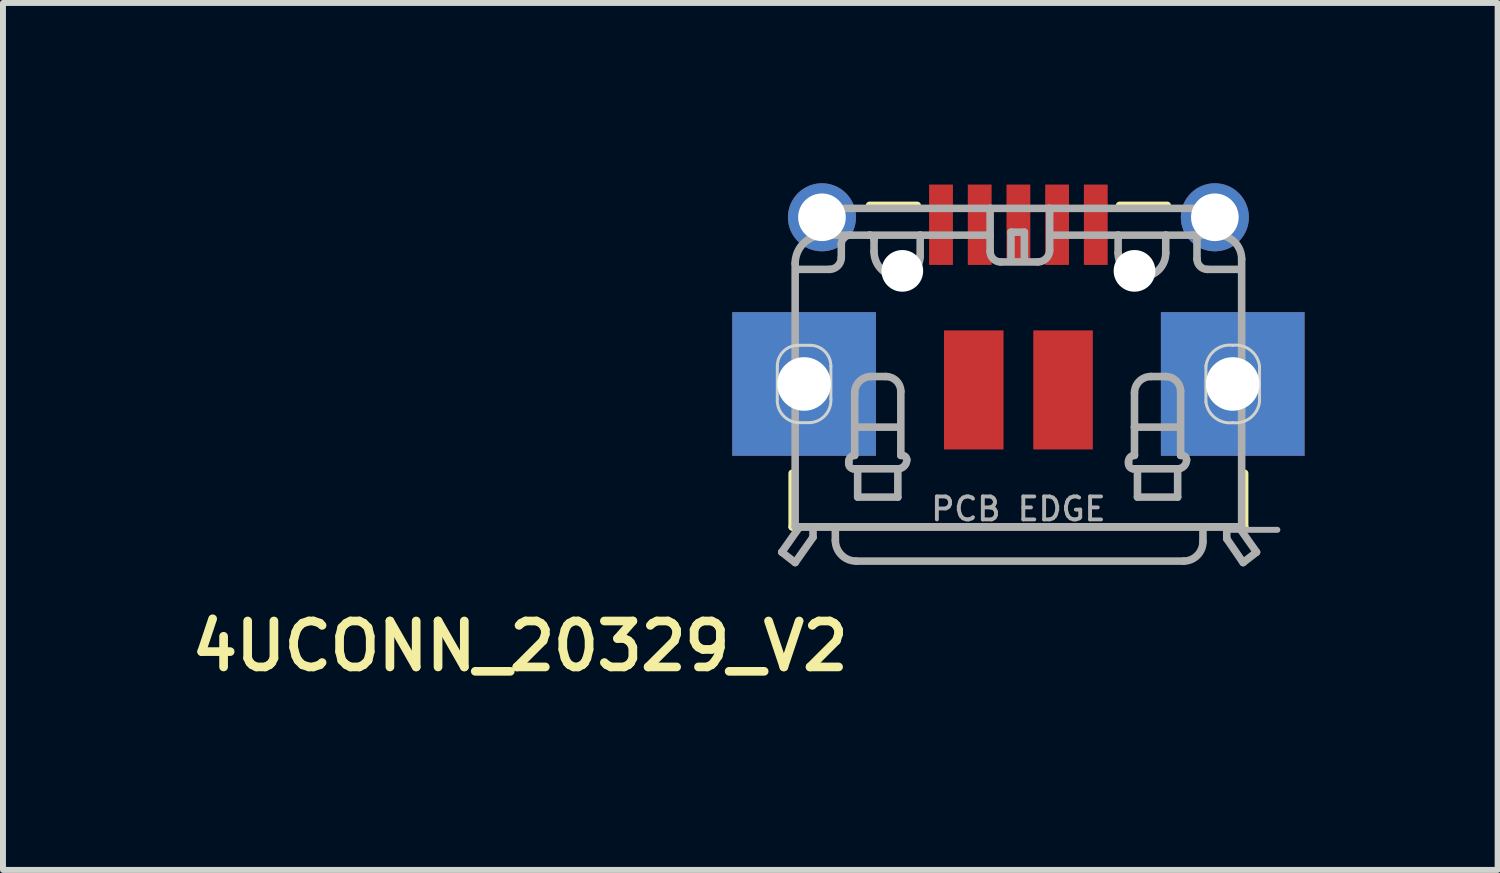
<source format=kicad_pcb>
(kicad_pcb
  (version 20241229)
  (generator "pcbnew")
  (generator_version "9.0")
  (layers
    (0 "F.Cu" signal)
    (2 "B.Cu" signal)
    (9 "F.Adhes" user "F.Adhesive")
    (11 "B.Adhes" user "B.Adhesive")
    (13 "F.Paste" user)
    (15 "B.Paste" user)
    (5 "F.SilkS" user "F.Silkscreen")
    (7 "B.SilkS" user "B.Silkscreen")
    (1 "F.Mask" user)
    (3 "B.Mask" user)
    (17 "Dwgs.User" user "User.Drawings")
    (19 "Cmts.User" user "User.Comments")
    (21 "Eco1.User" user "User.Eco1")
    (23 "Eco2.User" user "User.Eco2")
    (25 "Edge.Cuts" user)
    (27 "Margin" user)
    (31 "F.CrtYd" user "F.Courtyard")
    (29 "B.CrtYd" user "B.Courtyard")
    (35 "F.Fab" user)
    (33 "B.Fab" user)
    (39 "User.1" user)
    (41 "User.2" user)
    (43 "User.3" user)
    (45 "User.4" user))
  (footprint "4UCONN_20329_V2"
    (layer "F.Cu")
    (at 14.057 1.5)
    (property "Reference" "4UCONN_20329_V2" (at -2.778 5.852 0) (layer "F.SilkS") (effects (font (size 0.772 0.772) (thickness 0.146)) (justify right top)))
    (attr through_hole)
    (fp_poly (pts (xy -1.55 -0.05) (xy -1.05 -0.05) (xy -1.05 -1.5) (xy -1.55 -1.5)) (stroke (width 0) (type solid)) (fill yes) (layer "F.Mask"))
    (fp_poly (pts (xy -0.9 -0.05) (xy -0.4 -0.05) (xy -0.4 -1.5) (xy -0.9 -1.5)) (stroke (width 0) (type solid)) (fill yes) (layer "F.Mask"))
    (fp_poly (pts (xy -0.25 -0.05) (xy 0.25 -0.05) (xy 0.25 -1.5) (xy -0.25 -1.5)) (stroke (width 0) (type solid)) (fill yes) (layer "F.Mask"))
    (fp_poly (pts (xy 0.4 -0.05) (xy 0.9 -0.05) (xy 0.9 -1.5) (xy 0.4 -1.5)) (stroke (width 0) (type solid)) (fill yes) (layer "F.Mask"))
    (fp_poly (pts (xy 1.05 -0.05) (xy 1.55 -0.05) (xy 1.55 -1.5) (xy 1.05 -1.5)) (stroke (width 0) (type solid)) (fill yes) (layer "F.Mask"))
    (fp_line (start -3.8 3.4) (end -3.8 4.3) (stroke (width 0.127) (type solid)) (layer "F.SilkS"))
    (fp_line (start -3.8 4.3) (end 3.8 4.3) (stroke (width 0.127) (type solid)) (layer "F.SilkS"))
    (fp_line (start -2.5 -1.1) (end -1.7 -1.1) (stroke (width 0.127) (type solid)) (layer "F.SilkS"))
    (fp_line (start 1.7 -1.1) (end 2.5 -1.1) (stroke (width 0.127) (type solid)) (layer "F.SilkS"))
    (fp_line (start 3.8 4.3) (end 3.8 3.4) (stroke (width 0.127) (type solid)) (layer "F.SilkS"))
    (fp_poly (pts (xy -4.85 3.15) (xy -2.35 3.15) (xy -2.35 0.65) (xy -4.85 0.65)) (stroke (width 0) (type solid)) (fill yes) (layer "F.Paste"))
    (fp_poly (pts (xy -1.45 -0.15) (xy -1.15 -0.15) (xy -1.15 -1.4) (xy -1.45 -1.4)) (stroke (width 0) (type solid)) (fill yes) (layer "F.Paste"))
    (fp_poly (pts (xy -0.8 -0.15) (xy -0.5 -0.15) (xy -0.5 -1.4) (xy -0.8 -1.4)) (stroke (width 0) (type solid)) (fill yes) (layer "F.Paste"))
    (fp_poly (pts (xy -0.15 -0.15) (xy 0.15 -0.15) (xy 0.15 -1.4) (xy -0.15 -1.4)) (stroke (width 0) (type solid)) (fill yes) (layer "F.Paste"))
    (fp_poly (pts (xy 0.5 -0.15) (xy 0.8 -0.15) (xy 0.8 -1.4) (xy 0.5 -1.4)) (stroke (width 0) (type solid)) (fill yes) (layer "F.Paste"))
    (fp_poly (pts (xy 1.15 -0.15) (xy 1.45 -0.15) (xy 1.45 -1.4) (xy 1.15 -1.4)) (stroke (width 0) (type solid)) (fill yes) (layer "F.Paste"))
    (fp_poly (pts (xy 2.35 3.15) (xy 4.85 3.15) (xy 4.85 0.65) (xy 2.35 0.65)) (stroke (width 0) (type solid)) (fill yes) (layer "F.Paste"))
    (fp_poly (pts (xy -5.05 -0.9) (xy -5.014 -0.724) (xy -4.925 -0.567) (xy -4.793 -0.445) (xy -4.45 -0.35) (xy -3.35 -0.35) (xy -3.171 -0.37) (xy -3.007 -0.445) (xy -2.875 -0.567) (xy -2.786 -0.724) (xy -2.75 -0.9) (xy -2.786 -1.076) (xy -2.875 -1.233) (xy -3.007 -1.355) (xy -3.35 -1.45) (xy -4.45 -1.45) (xy -4.629 -1.43) (xy -4.793 -1.355) (xy -4.925 -1.233)) (stroke (width 0) (type solid)) (fill yes) (layer "F.Paste"))
    (fp_poly (pts (xy 2.75 -0.9) (xy 2.786 -0.724) (xy 2.875 -0.567) (xy 3.007 -0.445) (xy 3.35 -0.35) (xy 4.45 -0.35) (xy 4.629 -0.37) (xy 4.793 -0.445) (xy 4.925 -0.567) (xy 5.014 -0.724) (xy 5.05 -0.9) (xy 5.014 -1.076) (xy 4.925 -1.233) (xy 4.793 -1.355) (xy 4.45 -1.45) (xy 3.35 -1.45) (xy 3.171 -1.43) (xy 3.007 -1.355) (xy 2.875 -1.233)) (stroke (width 0) (type solid)) (fill yes) (layer "F.Paste"))
    (fp_line (start -4.05 2.15) (end -4.05 1.6) (stroke (width 0.05) (type solid)) (layer "Edge.Cuts"))
    (fp_line (start -3.7 1.25) (end -3.5 1.25) (stroke (width 0.05) (type solid)) (layer "Edge.Cuts"))
    (fp_line (start -3.5 2.55) (end -3.7 2.55) (stroke (width 0.05) (type solid)) (layer "Edge.Cuts"))
    (fp_line (start -3.15 1.6) (end -3.15 2.15) (stroke (width 0.05) (type solid)) (layer "Edge.Cuts"))
    (fp_line (start 3.15 2.2) (end 3.15 1.6) (stroke (width 0.05) (type solid)) (layer "Edge.Cuts"))
    (fp_line (start 4.05 1.6) (end 4.05 2.2) (stroke (width 0.05) (type solid)) (layer "Edge.Cuts"))
    (fp_arc (start -4.05 1.6) (mid -3.947487 1.352513) (end -3.7 1.25) (stroke (width 0.05) (type solid)) (layer "Edge.Cuts"))
    (fp_arc (start -3.7 2.55) (mid -3.957843 2.422487) (end -4.05 2.15) (stroke (width 0.05) (type solid)) (layer "Edge.Cuts"))
    (fp_arc (start -3.5 1.25) (mid -3.252513 1.352513) (end -3.15 1.6) (stroke (width 0.05) (type solid)) (layer "Edge.Cuts"))
    (fp_arc (start -3.15 2.15) (mid -3.242157 2.422487) (end -3.5 2.55) (stroke (width 0.05) (type solid)) (layer "Edge.Cuts"))
    (fp_arc (start 3.15 1.6) (mid 3.302513 1.331802) (end 3.6 1.25) (stroke (width 0.05) (type solid)) (layer "Edge.Cuts"))
    (fp_arc (start 3.6 1.25) (mid 3.897487 1.331802) (end 4.05 1.6) (stroke (width 0.05) (type solid)) (layer "Edge.Cuts"))
    (fp_arc (start 3.6 2.55) (mid 3.302513 2.468198) (end 3.15 2.2) (stroke (width 0.05) (type solid)) (layer "Edge.Cuts"))
    (fp_arc (start 4.05 2.2) (mid 3.897487 2.468198) (end 3.6 2.55) (stroke (width 0.05) (type solid)) (layer "Edge.Cuts"))
    (fp_line (start -3.975 4.725) (end -3.75 4.9) (stroke (width 0.127) (type solid)) (layer "F.Fab"))
    (fp_line (start -3.975 4.725) (end -3.675 4.3) (stroke (width 0.127) (type solid)) (layer "F.Fab"))
    (fp_line (start -3.75 -0.125) (end -3.75 4.3) (stroke (width 0.127) (type solid)) (layer "F.Fab"))
    (fp_line (start -3.75 4.3) (end -3.675 4.3) (stroke (width 0.127) (type solid)) (layer "F.Fab"))
    (fp_line (start -3.75 4.9) (end -3.45 4.475) (stroke (width 0.127) (type solid)) (layer "F.Fab"))
    (fp_line (start -3.725 -0.025) (end -3.175 -0.025) (stroke (width 0.127) (type solid)) (layer "F.Fab"))
    (fp_line (start -3.675 4.3) (end -3.45 4.3) (stroke (width 0.127) (type solid)) (layer "F.Fab"))
    (fp_line (start -3.575 -1.05) (end -0.475 -1.05) (stroke (width 0.127) (type solid)) (layer "F.Fab"))
    (fp_line (start -3.575 -0.75) (end -3.575 -1.05) (stroke (width 0.127) (type solid)) (layer "F.Fab"))
    (fp_line (start -3.45 4.3) (end -3.075 4.3) (stroke (width 0.127) (type solid)) (layer "F.Fab"))
    (fp_line (start -3.45 4.475) (end -3.45 4.3) (stroke (width 0.127) (type solid)) (layer "F.Fab"))
    (fp_line (start -3.425 -0.75) (end -3.575 -0.75) (stroke (width 0.127) (type solid)) (layer "F.Fab"))
    (fp_line (start -3.425 -0.625) (end -3.425 -0.75) (stroke (width 0.127) (type solid)) (layer "F.Fab"))
    (fp_line (start -3.075 4.3) (end -3.075 4.525) (stroke (width 0.127) (type solid)) (layer "F.Fab"))
    (fp_line (start -3.075 4.3) (end 3.1 4.3) (stroke (width 0.127) (type solid)) (layer "F.Fab"))
    (fp_line (start -2.975 -0.225) (end -2.975 -0.45) (stroke (width 0.127) (type solid)) (layer "F.Fab"))
    (fp_line (start -2.85 3.225) (end -2.85 3.2) (stroke (width 0.127) (type solid)) (layer "F.Fab"))
    (fp_line (start -2.825 -0.6) (end -3.275 -0.6) (stroke (width 0.127) (type solid)) (layer "F.Fab"))
    (fp_line (start -2.825 -0.6) (end -2.5 -0.6) (stroke (width 0.127) (type solid)) (layer "F.Fab"))
    (fp_line (start -2.75 2.625) (end -2.75 2.05) (stroke (width 0.127) (type solid)) (layer "F.Fab"))
    (fp_line (start -2.75 2.625) (end -2 2.625) (stroke (width 0.127) (type solid)) (layer "F.Fab"))
    (fp_line (start -2.75 3.1) (end -2.75 2.625) (stroke (width 0.127) (type solid)) (layer "F.Fab"))
    (fp_line (start -2.725 4.875) (end 2.775 4.875) (stroke (width 0.127) (type solid)) (layer "F.Fab"))
    (fp_line (start -2.7 3.325) (end -2.775 3.325) (stroke (width 0.127) (type solid)) (layer "F.Fab"))
    (fp_line (start -2.7 3.325) (end -2 3.325) (stroke (width 0.127) (type solid)) (layer "F.Fab"))
    (fp_line (start -2.7 3.8) (end -2.7 3.325) (stroke (width 0.127) (type solid)) (layer "F.Fab"))
    (fp_line (start -2.475 1.775) (end -2.225 1.775) (stroke (width 0.127) (type solid)) (layer "F.Fab"))
    (fp_line (start -2.425 -0.525) (end -2.425 -0.325) (stroke (width 0.127) (type solid)) (layer "F.Fab"))
    (fp_line (start -2.025 3.325) (end -2.025 3.8) (stroke (width 0.127) (type solid)) (layer "F.Fab"))
    (fp_line (start -2.025 3.8) (end -2.7 3.8) (stroke (width 0.127) (type solid)) (layer "F.Fab"))
    (fp_line (start -1.975 2.025) (end -1.975 3.1) (stroke (width 0.127) (type solid)) (layer "F.Fab"))
    (fp_line (start -1.975 3.1) (end -1.95 3.1) (stroke (width 0.127) (type solid)) (layer "F.Fab"))
    (fp_line (start -1.65 -0.6) (end -2.5 -0.6) (stroke (width 0.127) (type solid)) (layer "F.Fab"))
    (fp_line (start -1.65 -0.25) (end -1.65 -0.6) (stroke (width 0.127) (type solid)) (layer "F.Fab"))
    (fp_line (start -0.475 -1.05) (end 0.525 -1.05) (stroke (width 0.127) (type solid)) (layer "F.Fab"))
    (fp_line (start -0.475 -0.6) (end -1.65 -0.6) (stroke (width 0.127) (type solid)) (layer "F.Fab"))
    (fp_line (start -0.475 -0.6) (end -0.475 -1.05) (stroke (width 0.127) (type solid)) (layer "F.Fab"))
    (fp_line (start -0.475 -0.325) (end -0.475 -0.6) (stroke (width 0.127) (type solid)) (layer "F.Fab"))
    (fp_line (start -0.125 -0.65) (end 0.1 -0.65) (stroke (width 0.127) (type solid)) (layer "F.Fab"))
    (fp_line (start -0.125 -0.175) (end -0.125 -0.65) (stroke (width 0.127) (type solid)) (layer "F.Fab"))
    (fp_line (start 0.1 -0.65) (end 0.1 -0.175) (stroke (width 0.127) (type solid)) (layer "F.Fab"))
    (fp_line (start 0.325 -0.15) (end -0.3 -0.15) (stroke (width 0.127) (type solid)) (layer "F.Fab"))
    (fp_line (start 0.525 -1.05) (end 0.525 -0.6) (stroke (width 0.127) (type solid)) (layer "F.Fab"))
    (fp_line (start 0.525 -1.05) (end 3.6 -1.05) (stroke (width 0.127) (type solid)) (layer "F.Fab"))
    (fp_line (start 0.525 -0.6) (end 0.525 -0.35) (stroke (width 0.127) (type solid)) (layer "F.Fab"))
    (fp_line (start 1.675 -0.6) (end 0.525 -0.6) (stroke (width 0.127) (type solid)) (layer "F.Fab"))
    (fp_line (start 1.675 -0.6) (end 1.675 -0.3) (stroke (width 0.127) (type solid)) (layer "F.Fab"))
    (fp_line (start 1.85 3.225) (end 1.85 3.2) (stroke (width 0.127) (type solid)) (layer "F.Fab"))
    (fp_line (start 1.95 2.625) (end 1.95 2.05) (stroke (width 0.127) (type solid)) (layer "F.Fab"))
    (fp_line (start 1.95 2.625) (end 2.7 2.625) (stroke (width 0.127) (type solid)) (layer "F.Fab"))
    (fp_line (start 1.95 3.1) (end 1.95 2.625) (stroke (width 0.127) (type solid)) (layer "F.Fab"))
    (fp_line (start 2 3.325) (end 1.925 3.325) (stroke (width 0.127) (type solid)) (layer "F.Fab"))
    (fp_line (start 2 3.325) (end 2.7 3.325) (stroke (width 0.127) (type solid)) (layer "F.Fab"))
    (fp_line (start 2 3.8) (end 2 3.325) (stroke (width 0.127) (type solid)) (layer "F.Fab"))
    (fp_line (start 2.225 1.775) (end 2.475 1.775) (stroke (width 0.127) (type solid)) (layer "F.Fab"))
    (fp_line (start 2.475 -0.6) (end 1.675 -0.6) (stroke (width 0.127) (type solid)) (layer "F.Fab"))
    (fp_line (start 2.475 -0.6) (end 2.925 -0.6) (stroke (width 0.127) (type solid)) (layer "F.Fab"))
    (fp_line (start 2.475 -0.3) (end 2.475 -0.6) (stroke (width 0.127) (type solid)) (layer "F.Fab"))
    (fp_line (start 2.675 3.325) (end 2.675 3.8) (stroke (width 0.127) (type solid)) (layer "F.Fab"))
    (fp_line (start 2.675 3.8) (end 2 3.8) (stroke (width 0.127) (type solid)) (layer "F.Fab"))
    (fp_line (start 2.725 2.025) (end 2.725 3.1) (stroke (width 0.127) (type solid)) (layer "F.Fab"))
    (fp_line (start 2.725 3.1) (end 2.75 3.1) (stroke (width 0.127) (type solid)) (layer "F.Fab"))
    (fp_line (start 3 -0.525) (end 3 -0.2) (stroke (width 0.127) (type solid)) (layer "F.Fab"))
    (fp_line (start 3.1 4.3) (end 3.7 4.3) (stroke (width 0.127) (type solid)) (layer "F.Fab"))
    (fp_line (start 3.1 4.55) (end 3.1 4.3) (stroke (width 0.127) (type solid)) (layer "F.Fab"))
    (fp_line (start 3.175 -0.025) (end 3.725 -0.025) (stroke (width 0.127) (type solid)) (layer "F.Fab"))
    (fp_line (start 3.35 -0.775) (end 3.35 -0.6) (stroke (width 0.127) (type solid)) (layer "F.Fab"))
    (fp_line (start 3.35 -0.6) (end 2.925 -0.6) (stroke (width 0.127) (type solid)) (layer "F.Fab"))
    (fp_line (start 3.5 4.35) (end 4.35 4.35) (stroke (width 0.1) (type solid)) (layer "F.Fab"))
    (fp_line (start 3.5 4.5) (end 3.5 4.35) (stroke (width 0.127) (type solid)) (layer "F.Fab"))
    (fp_line (start 3.6 -1.05) (end 3.6 -0.775) (stroke (width 0.127) (type solid)) (layer "F.Fab"))
    (fp_line (start 3.6 -0.775) (end 3.35 -0.775) (stroke (width 0.127) (type solid)) (layer "F.Fab"))
    (fp_line (start 3.7 4.3) (end 3.75 4.3) (stroke (width 0.127) (type solid)) (layer "F.Fab"))
    (fp_line (start 3.7 4.3) (end 4 4.725) (stroke (width 0.127) (type solid)) (layer "F.Fab"))
    (fp_line (start 3.75 4.3) (end 3.75 -0.2) (stroke (width 0.127) (type solid)) (layer "F.Fab"))
    (fp_line (start 3.775 4.9) (end 3.5 4.5) (stroke (width 0.127) (type solid)) (layer "F.Fab"))
    (fp_line (start 4 4.725) (end 3.775 4.9) (stroke (width 0.127) (type solid)) (layer "F.Fab"))
    (fp_arc (start -3.750001 -0.124999) (mid -3.610876 -0.460875) (end -3.275 -0.6) (stroke (width 0.127) (type solid)) (layer "F.Fab"))
    (fp_arc (start -2.975 -0.45) (mid -2.931066 -0.556066) (end -2.825 -0.6) (stroke (width 0.127) (type solid)) (layer "F.Fab"))
    (fp_arc (start -2.975 -0.225) (mid -3.033579 -0.083579) (end -3.175 -0.025) (stroke (width 0.127) (type solid)) (layer "F.Fab"))
    (fp_arc (start -2.85 3.2) (mid -2.820711 3.129289) (end -2.75 3.1) (stroke (width 0.127) (type solid)) (layer "F.Fab"))
    (fp_arc (start -2.775 3.325) (mid -2.833211 3.290533) (end -2.85 3.225) (stroke (width 0.127) (type solid)) (layer "F.Fab"))
    (fp_arc (start -2.75 2.05) (mid -2.669454 1.855546) (end -2.475 1.775) (stroke (width 0.127) (type solid)) (layer "F.Fab"))
    (fp_arc (start -2.725 4.875) (mid -2.972487 4.772487) (end -3.075 4.525) (stroke (width 0.127) (type solid)) (layer "F.Fab"))
    (fp_arc (start -2.5 -0.6) (mid -2.446967 -0.578033) (end -2.425 -0.525) (stroke (width 0.127) (type solid)) (layer "F.Fab"))
    (fp_arc (start -2.225 1.775) (mid -2.048223 1.848223) (end -1.975 2.025) (stroke (width 0.127) (type solid)) (layer "F.Fab"))
    (fp_arc (start -2 0.1) (mid -2.30052 -0.02448) (end -2.425 -0.325) (stroke (width 0.127) (type solid)) (layer "F.Fab"))
    (fp_arc (start -1.95 3.1) (mid -1.896967 3.121967) (end -1.875 3.175) (stroke (width 0.127) (type solid)) (layer "F.Fab"))
    (fp_arc (start -1.875 3.175) (mid -1.918934 3.281066) (end -2.025 3.325) (stroke (width 0.127) (type solid)) (layer "F.Fab"))
    (fp_arc (start -1.65 -0.25) (mid -1.752513 -0.002513) (end -2 0.1) (stroke (width 0.127) (type solid)) (layer "F.Fab"))
    (fp_arc (start -0.3 -0.15) (mid -0.423744 -0.201256) (end -0.475 -0.325) (stroke (width 0.127) (type solid)) (layer "F.Fab"))
    (fp_arc (start 0.525 -0.35) (mid 0.466421 -0.208579) (end 0.325 -0.15) (stroke (width 0.127) (type solid)) (layer "F.Fab"))
    (fp_arc (start 1.85 3.2) (mid 1.879289 3.129289) (end 1.95 3.1) (stroke (width 0.127) (type solid)) (layer "F.Fab"))
    (fp_arc (start 1.925 3.325) (mid 1.866789 3.290533) (end 1.85 3.225) (stroke (width 0.127) (type solid)) (layer "F.Fab"))
    (fp_arc (start 1.95 2.05) (mid 2.030546 1.855546) (end 2.225 1.775) (stroke (width 0.127) (type solid)) (layer "F.Fab"))
    (fp_arc (start 2.075 0.1) (mid 1.792157 -0.017157) (end 1.675 -0.3) (stroke (width 0.127) (type solid)) (layer "F.Fab"))
    (fp_arc (start 2.475 -0.3) (mid 2.357843 -0.017157) (end 2.075 0.1) (stroke (width 0.127) (type solid)) (layer "F.Fab"))
    (fp_arc (start 2.475 1.775) (mid 2.651777 1.848223) (end 2.725 2.025) (stroke (width 0.127) (type solid)) (layer "F.Fab"))
    (fp_arc (start 2.75 3.1) (mid 2.803033 3.121967) (end 2.825 3.175) (stroke (width 0.127) (type solid)) (layer "F.Fab"))
    (fp_arc (start 2.825 3.175) (mid 2.781066 3.281066) (end 2.675 3.325) (stroke (width 0.127) (type solid)) (layer "F.Fab"))
    (fp_arc (start 2.925 -0.6) (mid 2.978033 -0.578033) (end 3 -0.525) (stroke (width 0.127) (type solid)) (layer "F.Fab"))
    (fp_arc (start 3.1 4.55) (mid 3.00481 4.77981) (end 2.775 4.875) (stroke (width 0.127) (type solid)) (layer "F.Fab"))
    (fp_arc (start 3.175 -0.025) (mid 3.051256 -0.076256) (end 3 -0.2) (stroke (width 0.127) (type solid)) (layer "F.Fab"))
    (fp_arc (start 3.349999 -0.599999) (mid 3.632842 -0.482842) (end 3.75 -0.2) (stroke (width 0.127) (type solid)) (layer "F.Fab"))
    (fp_text user "PCB EDGE" (at 0 4 0) (layer "F.Fab") (effects (font (size 0.386 0.386) (thickness 0.065))))
    (pad "" np_thru_hole circle (at -1.95 0) (size 0.7 0.7) (drill 0.7) (layers "*.Cu" "*.Mask"))
    (pad "" np_thru_hole circle (at 1.95 0) (size 0.7 0.7) (drill 0.7) (layers "*.Cu" "*.Mask"))
    (pad "BASE@1" smd rect (at -0.75 2 90) (size 2 1) (layers "F.Cu" "F.Mask" "F.Paste"))
    (pad "BASE@2" smd rect (at 0.75 2 90) (size 2 1) (layers "F.Cu" "F.Mask" "F.Paste"))
    (pad "D+" smd rect (at 0 -0.775) (size 0.4 1.35) (layers "F.Cu" "F.Mask"))
    (pad "D-" smd rect (at -0.65 -0.775) (size 0.4 1.35) (layers "F.Cu" "F.Mask"))
    (pad "GND" smd rect (at 1.3 -0.775) (size 0.4 1.35) (layers "F.Cu" "F.Mask"))
    (pad "ID" smd rect (at 0.65 -0.775) (size 0.4 1.35) (layers "F.Cu" "F.Mask"))
    (pad "SPRT@1" thru_hole circle (at -3.3 -0.9 180) (size 1.143 1.143) (drill 0.8) (layers "*.Cu" "*.Mask"))
    (pad "SPRT@2" thru_hole circle (at 3.3 -0.9) (size 1.143 1.143) (drill 0.8) (layers "*.Cu" "*.Mask"))
    (pad "SPRT@3" thru_hole rect (at -3.6 1.9 90) (size 2.413 2.413) (drill 0.9) (layers "*.Cu" "*.Mask"))
    (pad "SPRT@4" thru_hole rect (at 3.6 1.9 90) (size 2.413 2.413) (drill 0.9) (layers "*.Cu" "*.Mask"))
    (pad "VBUS" smd rect (at -1.3 -0.775) (size 0.4 1.35) (layers "F.Cu" "F.Mask")))
  (gr_rect
    (start -3 -3)
    (end 22.107 11.563)
    (stroke (width 0.1) (type default))
    (fill no)
    (layer "Edge.Cuts")))
</source>
